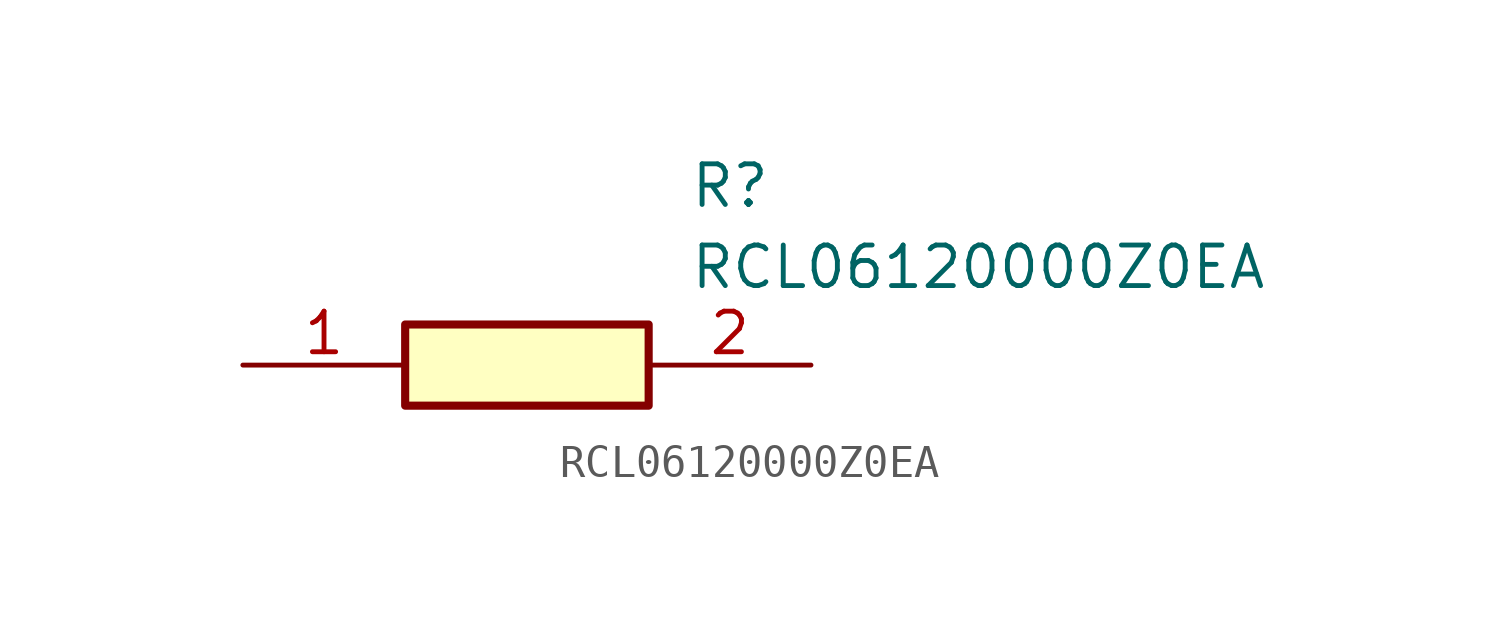
<source format=kicad_sym>
(kicad_symbol_lib
  (version 20211014)
  (generator SamacSys_ECAD_Model)
  (symbol "RCL06120000Z0EA"
    (pin_names hide)
    (property "Reference" "R"
      (at 13.97 6.35 0)
      (effects (font (size 1.27 1.27)) (justify left top)))
    (property "Value" "RCL06120000Z0EA"
      (at 13.97 3.81 0)
      (effects (font (size 1.27 1.27)) (justify left top)))
    (rectangle
      (start 5.08 1.27)
      (end 12.7 -1.27)
      (stroke (width 0.254) (type default))
      (fill (type background)))
    (pin passive line
      (at 0 0 0)
      (length 5.08)
      (name "1" (effects (font (size 1.27 1.27))))
      (number "1" (effects (font (size 1.27 1.27)))))
    (pin passive line
      (at 17.78 0 180)
      (length 5.08)
      (name "2" (effects (font (size 1.27 1.27))))
      (number "2" (effects (font (size 1.27 1.27)))))))
</source>
